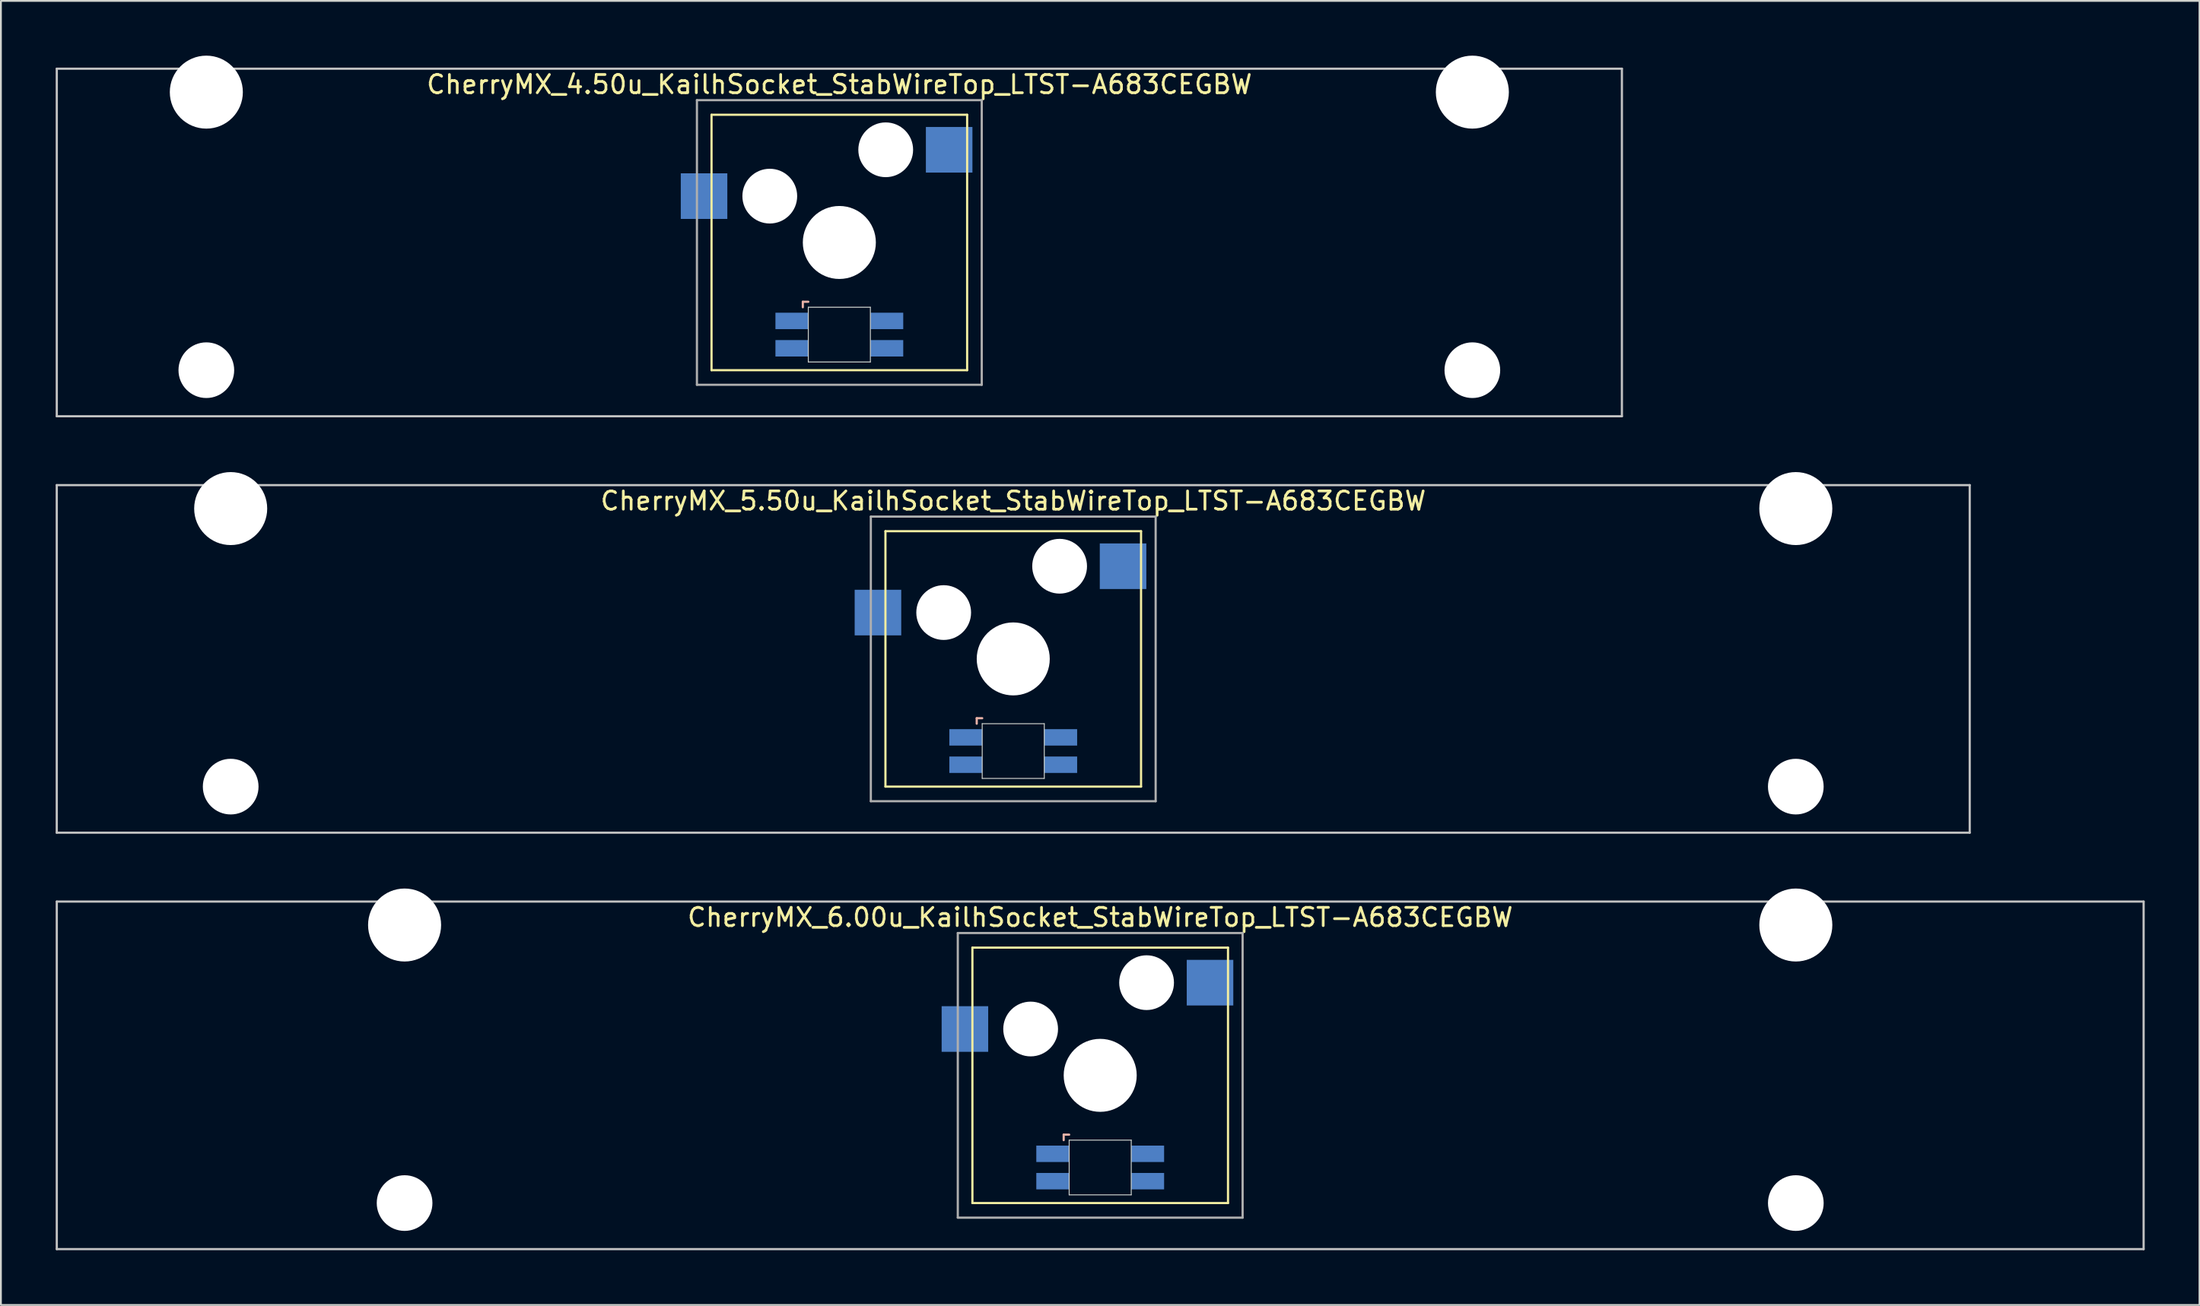
<source format=kicad_pcb>
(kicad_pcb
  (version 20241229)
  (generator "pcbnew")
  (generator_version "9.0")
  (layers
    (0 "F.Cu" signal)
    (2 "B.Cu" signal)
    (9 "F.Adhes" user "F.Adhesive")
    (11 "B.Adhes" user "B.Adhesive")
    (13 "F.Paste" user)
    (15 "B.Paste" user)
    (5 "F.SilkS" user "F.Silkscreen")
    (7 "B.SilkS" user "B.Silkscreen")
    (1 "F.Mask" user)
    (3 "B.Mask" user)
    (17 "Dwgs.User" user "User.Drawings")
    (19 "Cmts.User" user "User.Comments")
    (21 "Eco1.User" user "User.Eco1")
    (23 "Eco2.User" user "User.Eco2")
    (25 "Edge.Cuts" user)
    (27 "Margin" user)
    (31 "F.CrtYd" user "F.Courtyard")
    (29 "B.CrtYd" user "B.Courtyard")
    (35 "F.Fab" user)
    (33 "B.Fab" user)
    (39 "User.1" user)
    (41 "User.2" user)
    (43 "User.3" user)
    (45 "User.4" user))
  (footprint "CherryMX_5.50u_KailhSocket_StabWireTop_LTST-A683CEGBW"
    (layer "F.Cu")
    (at 52.447 33.065)
    (property "Reference" "CherryMX_5.50u_KailhSocket_StabWireTop_LTST-A683CEGBW" (at 0 -8.662 0) (layer "F.SilkS") (effects (font (size 1 1) (thickness 0.15))))
    (attr through_hole)
    (fp_line (start -7 -7) (end -7 7) (stroke (width 0.12) (type solid)) (layer "F.SilkS"))
    (fp_line (start -7 -7) (end 7 -7) (stroke (width 0.12) (type solid)) (layer "F.SilkS"))
    (fp_line (start 7 -7) (end 7 7) (stroke (width 0.12) (type solid)) (layer "F.SilkS"))
    (fp_line (start 7 7) (end -7 7) (stroke (width 0.12) (type solid)) (layer "F.SilkS"))
    (fp_line (start -2 3.25) (end -2 3.55) (stroke (width 0.12) (type solid)) (layer "B.SilkS"))
    (fp_line (start -1.7 3.25) (end -2 3.25) (stroke (width 0.12) (type solid)) (layer "B.SilkS"))
    (fp_line (start -52.388 -9.525) (end 52.388 -9.525) (stroke (width 0.12) (type solid)) (layer "Dwgs.User"))
    (fp_line (start -52.388 9.525) (end -52.388 -9.525) (stroke (width 0.12) (type solid)) (layer "Dwgs.User"))
    (fp_line (start 52.388 -9.525) (end 52.388 9.525) (stroke (width 0.12) (type solid)) (layer "Dwgs.User"))
    (fp_line (start 52.388 9.525) (end -52.388 9.525) (stroke (width 0.12) (type solid)) (layer "Dwgs.User"))
    (fp_line (start -1.7 3.55) (end 1.7 3.55) (stroke (width 0.05) (type solid)) (layer "Edge.Cuts"))
    (fp_line (start -1.7 6.55) (end -1.7 3.55) (stroke (width 0.05) (type solid)) (layer "Edge.Cuts"))
    (fp_line (start 1.7 3.55) (end 1.7 6.55) (stroke (width 0.05) (type solid)) (layer "Edge.Cuts"))
    (fp_line (start 1.7 6.55) (end -1.7 6.55) (stroke (width 0.05) (type solid)) (layer "Edge.Cuts"))
    (fp_line (start -7.8 -7.8) (end -7.8 7.8) (stroke (width 0.12) (type solid)) (layer "F.Fab"))
    (fp_line (start -7.8 -7.8) (end 7.8 -7.8) (stroke (width 0.12) (type solid)) (layer "F.Fab"))
    (fp_line (start -7.8 7.8) (end 7.8 7.8) (stroke (width 0.12) (type solid)) (layer "F.Fab"))
    (fp_line (start 7.8 -7.8) (end 7.8 7.8) (stroke (width 0.12) (type solid)) (layer "F.Fab"))
    (pad "" np_thru_hole circle (at -42.862 -8.24) (size 4 4) (drill 4) (layers "*.Cu" "*.Mask"))
    (pad "" np_thru_hole circle (at -42.862 7) (size 3.05 3.05) (drill 3.05) (layers "*.Cu" "*.Mask"))
    (pad "" np_thru_hole circle (at -3.81 -2.54) (size 3 3) (drill 3) (layers "*.Cu" "*.Mask"))
    (pad "" np_thru_hole circle (at 0 0) (size 4 4) (drill 4) (layers "*.Cu" "*.Mask"))
    (pad "" np_thru_hole circle (at 2.54 -5.08) (size 3 3) (drill 3) (layers "*.Cu" "*.Mask"))
    (pad "" np_thru_hole circle (at 42.862 -8.24) (size 4 4) (drill 4) (layers "*.Cu" "*.Mask"))
    (pad "" np_thru_hole circle (at 42.862 7) (size 3.05 3.05) (drill 3.05) (layers "*.Cu" "*.Mask"))
    (pad "1" smd rect (at -7.41 -2.54) (size 2.55 2.5) (layers "B.Cu" "B.Mask" "B.Paste"))
    (pad "2" smd rect (at 6.015 -5.08) (size 2.55 2.5) (layers "B.Cu" "B.Mask" "B.Paste"))
    (pad "3" smd rect (at -2.6 4.3) (size 1.8 0.9) (layers "B.Cu" "B.Mask" "B.Paste"))
    (pad "4" smd rect (at -2.6 5.8) (size 1.8 0.9) (layers "B.Cu" "B.Mask" "B.Paste"))
    (pad "5" smd rect (at 2.6 4.3) (size 1.8 0.9) (layers "B.Cu" "B.Mask" "B.Paste"))
    (pad "6" smd rect (at 2.6 5.8) (size 1.8 0.9) (layers "B.Cu" "B.Mask" "B.Paste")))
  (footprint "CherryMX_6.00u_KailhSocket_StabWireTop_LTST-A683CEGBW"
    (layer "F.Cu")
    (at 57.21 55.89)
    (property "Reference" "CherryMX_6.00u_KailhSocket_StabWireTop_LTST-A683CEGBW" (at 0 -8.662 0) (layer "F.SilkS") (effects (font (size 1 1) (thickness 0.15))))
    (attr through_hole)
    (fp_line (start -7 -7) (end -7 7) (stroke (width 0.12) (type solid)) (layer "F.SilkS"))
    (fp_line (start -7 -7) (end 7 -7) (stroke (width 0.12) (type solid)) (layer "F.SilkS"))
    (fp_line (start 7 -7) (end 7 7) (stroke (width 0.12) (type solid)) (layer "F.SilkS"))
    (fp_line (start 7 7) (end -7 7) (stroke (width 0.12) (type solid)) (layer "F.SilkS"))
    (fp_line (start -2 3.25) (end -2 3.55) (stroke (width 0.12) (type solid)) (layer "B.SilkS"))
    (fp_line (start -1.7 3.25) (end -2 3.25) (stroke (width 0.12) (type solid)) (layer "B.SilkS"))
    (fp_line (start -57.15 -9.525) (end 57.15 -9.525) (stroke (width 0.12) (type solid)) (layer "Dwgs.User"))
    (fp_line (start -57.15 9.525) (end -57.15 -9.525) (stroke (width 0.12) (type solid)) (layer "Dwgs.User"))
    (fp_line (start 57.15 -9.525) (end 57.15 9.525) (stroke (width 0.12) (type solid)) (layer "Dwgs.User"))
    (fp_line (start 57.15 9.525) (end -57.15 9.525) (stroke (width 0.12) (type solid)) (layer "Dwgs.User"))
    (fp_line (start -1.7 3.55) (end 1.7 3.55) (stroke (width 0.05) (type solid)) (layer "Edge.Cuts"))
    (fp_line (start -1.7 6.55) (end -1.7 3.55) (stroke (width 0.05) (type solid)) (layer "Edge.Cuts"))
    (fp_line (start 1.7 3.55) (end 1.7 6.55) (stroke (width 0.05) (type solid)) (layer "Edge.Cuts"))
    (fp_line (start 1.7 6.55) (end -1.7 6.55) (stroke (width 0.05) (type solid)) (layer "Edge.Cuts"))
    (fp_line (start -7.8 -7.8) (end -7.8 7.8) (stroke (width 0.12) (type solid)) (layer "F.Fab"))
    (fp_line (start -7.8 -7.8) (end 7.8 -7.8) (stroke (width 0.12) (type solid)) (layer "F.Fab"))
    (fp_line (start -7.8 7.8) (end 7.8 7.8) (stroke (width 0.12) (type solid)) (layer "F.Fab"))
    (fp_line (start 7.8 -7.8) (end 7.8 7.8) (stroke (width 0.12) (type solid)) (layer "F.Fab"))
    (pad "" np_thru_hole circle (at -38.1 -8.24) (size 4 4) (drill 4) (layers "*.Cu" "*.Mask"))
    (pad "" np_thru_hole circle (at -38.1 7) (size 3.05 3.05) (drill 3.05) (layers "*.Cu" "*.Mask"))
    (pad "" np_thru_hole circle (at -3.81 -2.54) (size 3 3) (drill 3) (layers "*.Cu" "*.Mask"))
    (pad "" np_thru_hole circle (at 0 0) (size 4 4) (drill 4) (layers "*.Cu" "*.Mask"))
    (pad "" np_thru_hole circle (at 2.54 -5.08) (size 3 3) (drill 3) (layers "*.Cu" "*.Mask"))
    (pad "" np_thru_hole circle (at 38.1 -8.24) (size 4 4) (drill 4) (layers "*.Cu" "*.Mask"))
    (pad "" np_thru_hole circle (at 38.1 7) (size 3.05 3.05) (drill 3.05) (layers "*.Cu" "*.Mask"))
    (pad "1" smd rect (at -7.41 -2.54) (size 2.55 2.5) (layers "B.Cu" "B.Mask" "B.Paste"))
    (pad "2" smd rect (at 6.015 -5.08) (size 2.55 2.5) (layers "B.Cu" "B.Mask" "B.Paste"))
    (pad "3" smd rect (at -2.6 4.3) (size 1.8 0.9) (layers "B.Cu" "B.Mask" "B.Paste"))
    (pad "4" smd rect (at -2.6 5.8) (size 1.8 0.9) (layers "B.Cu" "B.Mask" "B.Paste"))
    (pad "5" smd rect (at 2.6 4.3) (size 1.8 0.9) (layers "B.Cu" "B.Mask" "B.Paste"))
    (pad "6" smd rect (at 2.6 5.8) (size 1.8 0.9) (layers "B.Cu" "B.Mask" "B.Paste")))
  (footprint "CherryMX_4.50u_KailhSocket_StabWireTop_LTST-A683CEGBW"
    (layer "F.Cu")
    (at 42.922 10.24)
    (property "Reference" "CherryMX_4.50u_KailhSocket_StabWireTop_LTST-A683CEGBW" (at 0 -8.662 0) (layer "F.SilkS") (effects (font (size 1 1) (thickness 0.15))))
    (attr through_hole)
    (fp_line (start -7 -7) (end -7 7) (stroke (width 0.12) (type solid)) (layer "F.SilkS"))
    (fp_line (start -7 -7) (end 7 -7) (stroke (width 0.12) (type solid)) (layer "F.SilkS"))
    (fp_line (start 7 -7) (end 7 7) (stroke (width 0.12) (type solid)) (layer "F.SilkS"))
    (fp_line (start 7 7) (end -7 7) (stroke (width 0.12) (type solid)) (layer "F.SilkS"))
    (fp_line (start -2 3.25) (end -2 3.55) (stroke (width 0.12) (type solid)) (layer "B.SilkS"))
    (fp_line (start -1.7 3.25) (end -2 3.25) (stroke (width 0.12) (type solid)) (layer "B.SilkS"))
    (fp_line (start -42.862 -9.525) (end 42.862 -9.525) (stroke (width 0.12) (type solid)) (layer "Dwgs.User"))
    (fp_line (start -42.862 9.525) (end -42.862 -9.525) (stroke (width 0.12) (type solid)) (layer "Dwgs.User"))
    (fp_line (start 42.862 -9.525) (end 42.862 9.525) (stroke (width 0.12) (type solid)) (layer "Dwgs.User"))
    (fp_line (start 42.862 9.525) (end -42.862 9.525) (stroke (width 0.12) (type solid)) (layer "Dwgs.User"))
    (fp_line (start -1.7 3.55) (end 1.7 3.55) (stroke (width 0.05) (type solid)) (layer "Edge.Cuts"))
    (fp_line (start -1.7 6.55) (end -1.7 3.55) (stroke (width 0.05) (type solid)) (layer "Edge.Cuts"))
    (fp_line (start 1.7 3.55) (end 1.7 6.55) (stroke (width 0.05) (type solid)) (layer "Edge.Cuts"))
    (fp_line (start 1.7 6.55) (end -1.7 6.55) (stroke (width 0.05) (type solid)) (layer "Edge.Cuts"))
    (fp_line (start -7.8 -7.8) (end -7.8 7.8) (stroke (width 0.12) (type solid)) (layer "F.Fab"))
    (fp_line (start -7.8 -7.8) (end 7.8 -7.8) (stroke (width 0.12) (type solid)) (layer "F.Fab"))
    (fp_line (start -7.8 7.8) (end 7.8 7.8) (stroke (width 0.12) (type solid)) (layer "F.Fab"))
    (fp_line (start 7.8 -7.8) (end 7.8 7.8) (stroke (width 0.12) (type solid)) (layer "F.Fab"))
    (pad "" np_thru_hole circle (at -34.671 -8.24) (size 4 4) (drill 4) (layers "*.Cu" "*.Mask"))
    (pad "" np_thru_hole circle (at -34.671 7) (size 3.05 3.05) (drill 3.05) (layers "*.Cu" "*.Mask"))
    (pad "" np_thru_hole circle (at -3.81 -2.54) (size 3 3) (drill 3) (layers "*.Cu" "*.Mask"))
    (pad "" np_thru_hole circle (at 0 0) (size 4 4) (drill 4) (layers "*.Cu" "*.Mask"))
    (pad "" np_thru_hole circle (at 2.54 -5.08) (size 3 3) (drill 3) (layers "*.Cu" "*.Mask"))
    (pad "" np_thru_hole circle (at 34.671 -8.24) (size 4 4) (drill 4) (layers "*.Cu" "*.Mask"))
    (pad "" np_thru_hole circle (at 34.671 7) (size 3.05 3.05) (drill 3.05) (layers "*.Cu" "*.Mask"))
    (pad "1" smd rect (at -7.41 -2.54) (size 2.55 2.5) (layers "B.Cu" "B.Mask" "B.Paste"))
    (pad "2" smd rect (at 6.015 -5.08) (size 2.55 2.5) (layers "B.Cu" "B.Mask" "B.Paste"))
    (pad "3" smd rect (at -2.6 4.3) (size 1.8 0.9) (layers "B.Cu" "B.Mask" "B.Paste"))
    (pad "4" smd rect (at -2.6 5.8) (size 1.8 0.9) (layers "B.Cu" "B.Mask" "B.Paste"))
    (pad "5" smd rect (at 2.6 4.3) (size 1.8 0.9) (layers "B.Cu" "B.Mask" "B.Paste"))
    (pad "6" smd rect (at 2.6 5.8) (size 1.8 0.9) (layers "B.Cu" "B.Mask" "B.Paste")))
  (gr_rect
    (start -3 -3)
    (end 117.42 68.475)
    (stroke (width 0.1) (type default))
    (fill no)
    (layer "Edge.Cuts")))
</source>
